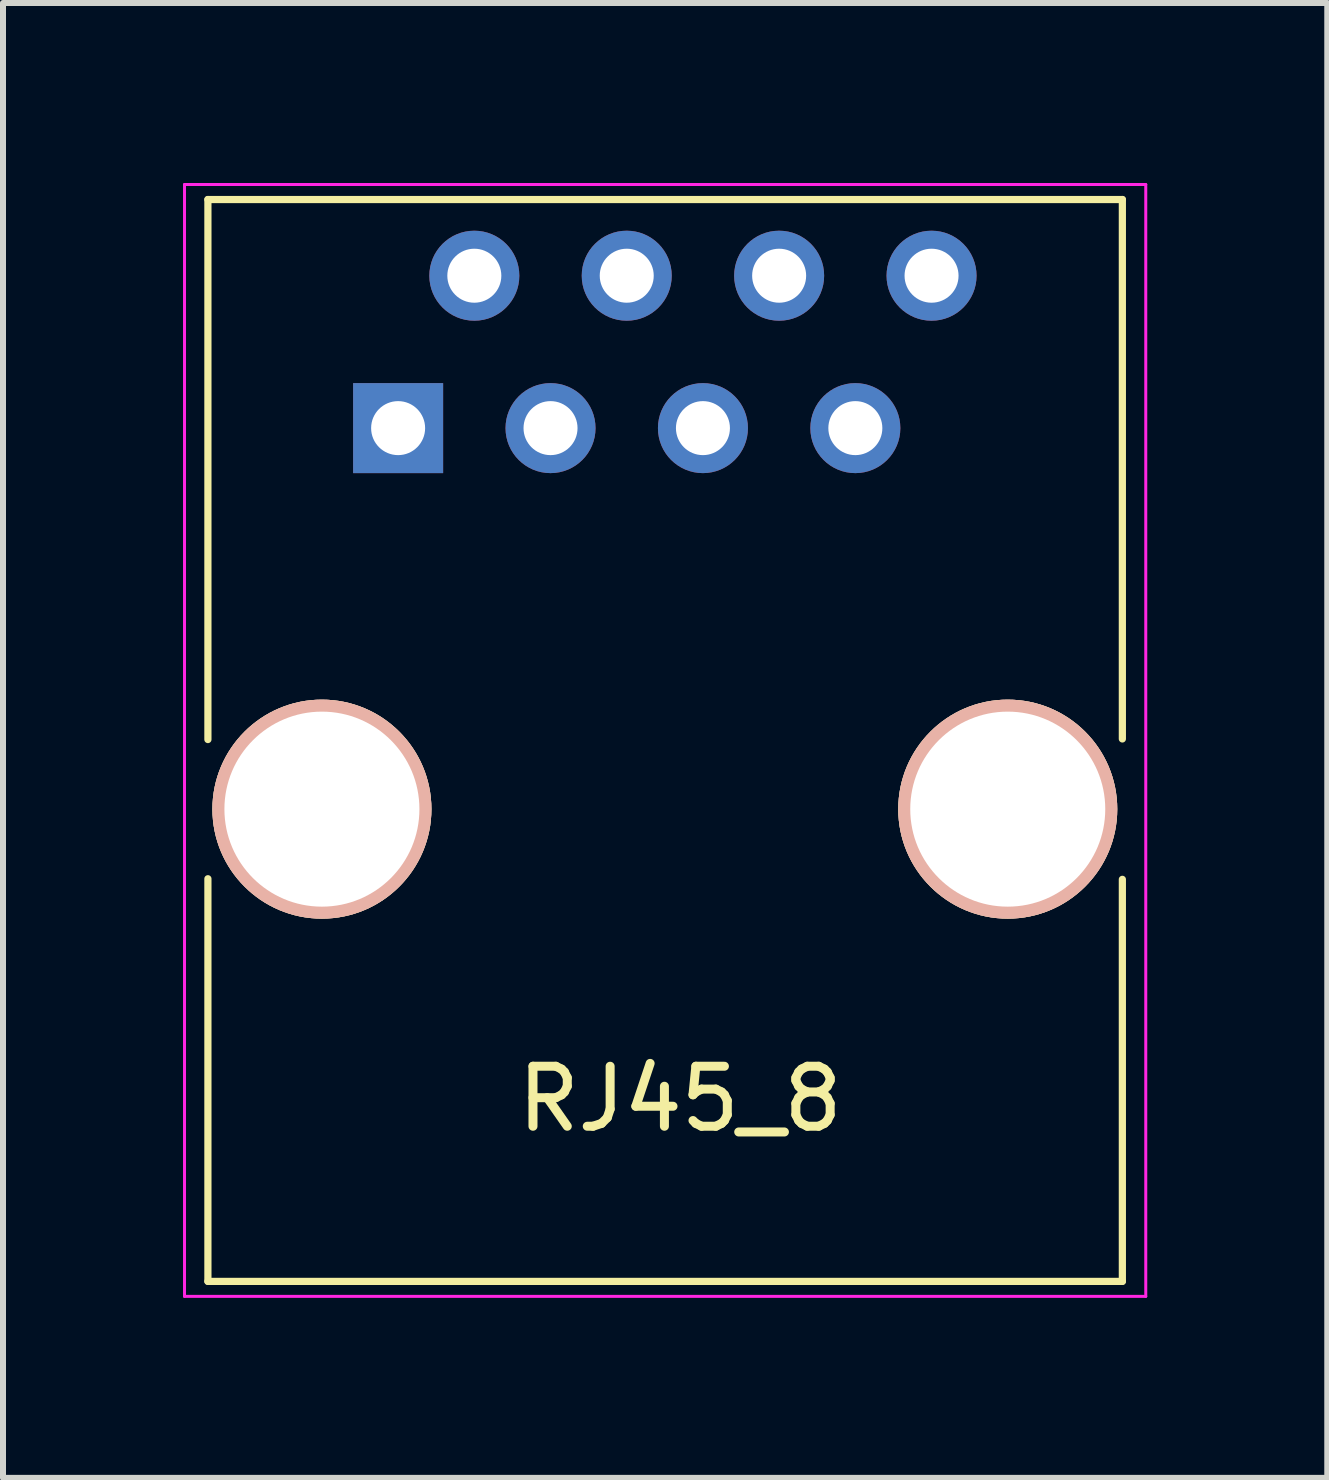
<source format=kicad_pcb>
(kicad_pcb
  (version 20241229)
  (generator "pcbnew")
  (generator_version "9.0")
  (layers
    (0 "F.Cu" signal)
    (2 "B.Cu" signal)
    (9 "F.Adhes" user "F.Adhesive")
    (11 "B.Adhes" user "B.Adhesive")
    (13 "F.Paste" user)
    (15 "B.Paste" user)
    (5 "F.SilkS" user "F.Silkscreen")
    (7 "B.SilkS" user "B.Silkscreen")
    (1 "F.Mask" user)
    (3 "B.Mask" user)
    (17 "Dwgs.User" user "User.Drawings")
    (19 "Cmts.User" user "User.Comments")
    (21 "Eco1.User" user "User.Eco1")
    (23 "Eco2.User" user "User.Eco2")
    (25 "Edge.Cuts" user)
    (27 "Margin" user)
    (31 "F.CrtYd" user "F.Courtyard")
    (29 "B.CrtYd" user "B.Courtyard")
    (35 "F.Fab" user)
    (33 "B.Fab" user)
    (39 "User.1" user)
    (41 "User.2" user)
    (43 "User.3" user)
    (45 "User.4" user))
  (footprint "RJ45_8"
    (layer "F.Cu")
    (at 3.585 4.085)
    (property "Reference" "RJ45_8" (at 4.7 11.18 0) (layer "F.SilkS") (effects (font (size 1 1) (thickness 0.15))))
    (attr through_hole)
    (fp_line (start -3.17 -3.81) (end -3.17 5.19) (stroke (width 0.12) (type solid)) (layer "F.SilkS"))
    (fp_line (start -3.17 7.51) (end -3.17 14.22) (stroke (width 0.12) (type solid)) (layer "F.SilkS"))
    (fp_line (start -3.17 14.22) (end 12.07 14.22) (stroke (width 0.12) (type solid)) (layer "F.SilkS"))
    (fp_line (start 12.07 -3.81) (end -3.17 -3.81) (stroke (width 0.12) (type solid)) (layer "F.SilkS"))
    (fp_line (start 12.07 -3.81) (end 12.07 5.18) (stroke (width 0.12) (type solid)) (layer "F.SilkS"))
    (fp_line (start 12.07 7.52) (end 12.07 14.22) (stroke (width 0.12) (type solid)) (layer "F.SilkS"))
    (fp_line (start -3.56 -4.06) (end -3.56 14.47) (stroke (width 0.05) (type solid)) (layer "F.CrtYd"))
    (fp_line (start -3.56 -4.06) (end 12.46 -4.06) (stroke (width 0.05) (type solid)) (layer "F.CrtYd"))
    (fp_line (start 12.46 14.47) (end -3.56 14.47) (stroke (width 0.05) (type solid)) (layer "F.CrtYd"))
    (fp_line (start 12.46 14.47) (end 12.46 -4.06) (stroke (width 0.05) (type solid)) (layer "F.CrtYd"))
    (pad "" np_thru_hole circle (at -1.27 6.35) (size 3.65 3.65) (drill 3.25) (layers "*.Cu" "*.SilkS" "*.Mask"))
    (pad "" np_thru_hole circle (at 10.16 6.35) (size 3.65 3.65) (drill 3.25) (layers "*.Cu" "*.SilkS" "*.Mask"))
    (pad "1" thru_hole rect (at 0 0) (size 1.5 1.5) (drill 0.9) (layers "*.Cu" "*.Mask"))
    (pad "2" thru_hole circle (at 1.27 -2.54) (size 1.5 1.5) (drill 0.9) (layers "*.Cu" "*.Mask"))
    (pad "3" thru_hole circle (at 2.54 0) (size 1.5 1.5) (drill 0.9) (layers "*.Cu" "*.Mask"))
    (pad "4" thru_hole circle (at 3.81 -2.54) (size 1.5 1.5) (drill 0.9) (layers "*.Cu" "*.Mask"))
    (pad "5" thru_hole circle (at 5.08 0) (size 1.5 1.5) (drill 0.9) (layers "*.Cu" "*.Mask"))
    (pad "6" thru_hole circle (at 6.35 -2.54) (size 1.5 1.5) (drill 0.9) (layers "*.Cu" "*.Mask"))
    (pad "7" thru_hole circle (at 7.62 0) (size 1.5 1.5) (drill 0.9) (layers "*.Cu" "*.Mask"))
    (pad "8" thru_hole circle (at 8.89 -2.54) (size 1.5 1.5) (drill 0.9) (layers "*.Cu" "*.Mask")))
  (gr_rect
    (start -3 -3)
    (end 19.07 21.58)
    (stroke (width 0.1) (type default))
    (fill no)
    (layer "Edge.Cuts")))
</source>
